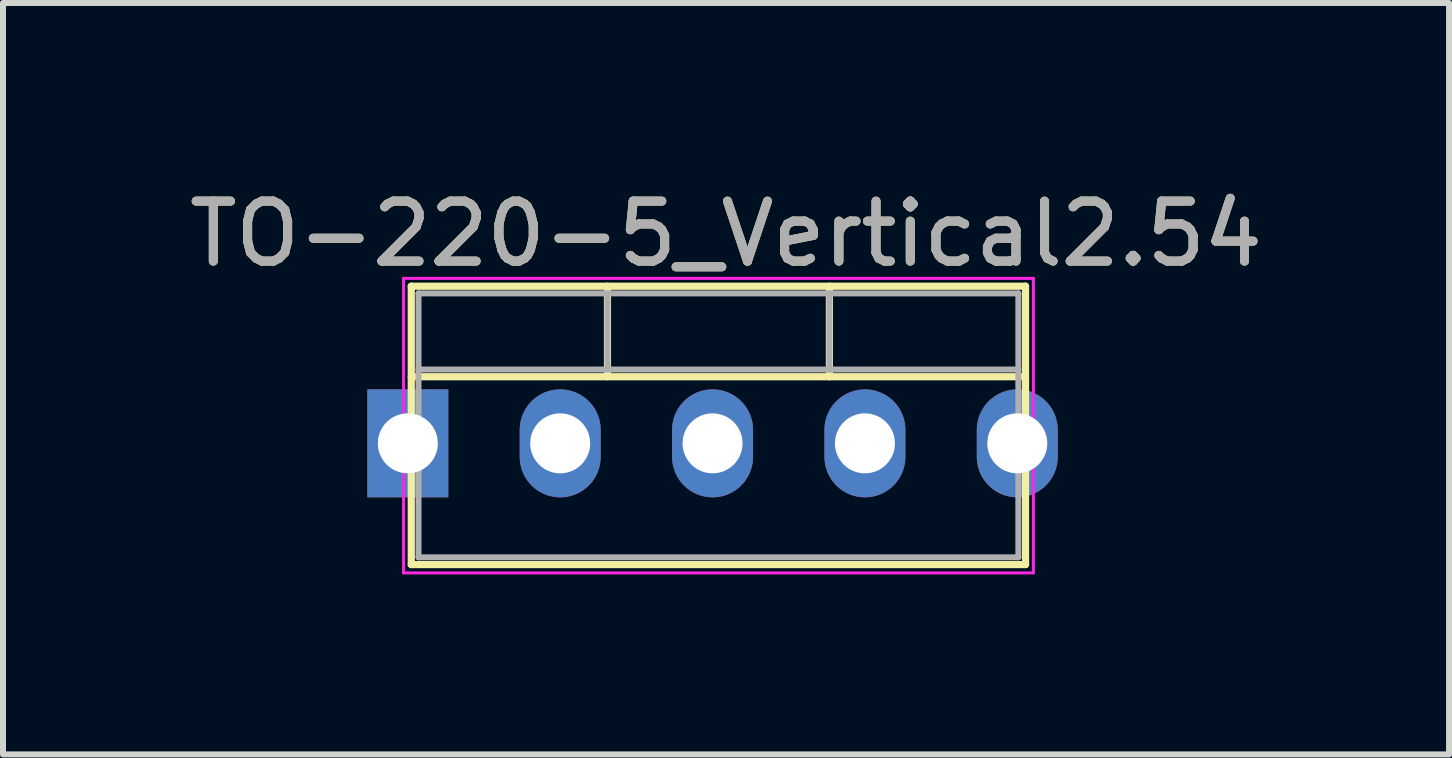
<source format=kicad_pcb>
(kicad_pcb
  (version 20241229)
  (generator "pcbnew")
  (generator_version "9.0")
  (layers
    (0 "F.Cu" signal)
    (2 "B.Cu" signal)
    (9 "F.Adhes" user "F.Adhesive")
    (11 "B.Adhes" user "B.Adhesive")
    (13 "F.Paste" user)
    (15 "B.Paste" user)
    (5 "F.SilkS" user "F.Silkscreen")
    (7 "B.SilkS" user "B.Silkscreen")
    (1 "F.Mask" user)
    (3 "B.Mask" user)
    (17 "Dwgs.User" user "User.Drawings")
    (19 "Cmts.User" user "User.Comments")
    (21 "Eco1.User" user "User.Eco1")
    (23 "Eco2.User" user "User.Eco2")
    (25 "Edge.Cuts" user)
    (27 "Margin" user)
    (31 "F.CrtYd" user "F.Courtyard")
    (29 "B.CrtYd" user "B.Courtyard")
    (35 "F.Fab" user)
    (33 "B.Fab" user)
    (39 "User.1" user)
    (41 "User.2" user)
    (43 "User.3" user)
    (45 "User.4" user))
  (footprint "TO-220-5_Vertical2.54"
    (layer "F.Cu")
    (at 8.829 4.341)
    (property "Reference" "TO-220-5_Vertical2.54" (at 0.225 -3.493 0) (layer "F.SilkS") (effects (font (size 1 1) (thickness 0.15))))
    (attr through_hole)
    (fp_line (start -5.023 -2.62) (end -5.023 2.021) (stroke (width 0.12) (type solid)) (layer "F.SilkS"))
    (fp_line (start -5.023 -2.62) (end 5.218 -2.62) (stroke (width 0.12) (type solid)) (layer "F.SilkS"))
    (fp_line (start -5.023 -1.11) (end 5.218 -1.11) (stroke (width 0.12) (type solid)) (layer "F.SilkS"))
    (fp_line (start -5.023 2.021) (end 5.218 2.021) (stroke (width 0.12) (type solid)) (layer "F.SilkS"))
    (fp_line (start -1.752 -2.62) (end -1.752 -1.11) (stroke (width 0.12) (type solid)) (layer "F.SilkS"))
    (fp_line (start 1.948 -2.62) (end 1.948 -1.11) (stroke (width 0.12) (type solid)) (layer "F.SilkS"))
    (fp_line (start 5.218 -2.62) (end 5.218 2.021) (stroke (width 0.12) (type solid)) (layer "F.SilkS"))
    (fp_line (start -5.152 -2.75) (end -5.152 2.16) (stroke (width 0.05) (type solid)) (layer "F.CrtYd"))
    (fp_line (start -5.152 2.16) (end 5.348 2.16) (stroke (width 0.05) (type solid)) (layer "F.CrtYd"))
    (fp_line (start 5.348 -2.75) (end -5.152 -2.75) (stroke (width 0.05) (type solid)) (layer "F.CrtYd"))
    (fp_line (start 5.348 2.16) (end 5.348 -2.75) (stroke (width 0.05) (type solid)) (layer "F.CrtYd"))
    (fp_line (start -4.902 -2.5) (end -4.902 1.9) (stroke (width 0.1) (type solid)) (layer "F.Fab"))
    (fp_line (start -4.902 -1.23) (end 5.098 -1.23) (stroke (width 0.1) (type solid)) (layer "F.Fab"))
    (fp_line (start -4.902 1.9) (end 5.098 1.9) (stroke (width 0.1) (type solid)) (layer "F.Fab"))
    (fp_line (start -1.752 -2.5) (end -1.752 -1.23) (stroke (width 0.1) (type solid)) (layer "F.Fab"))
    (fp_line (start 1.948 -2.5) (end 1.948 -1.23) (stroke (width 0.1) (type solid)) (layer "F.Fab"))
    (fp_line (start 5.098 -2.5) (end -4.902 -2.5) (stroke (width 0.1) (type solid)) (layer "F.Fab"))
    (fp_line (start 5.098 1.9) (end 5.098 -2.5) (stroke (width 0.1) (type solid)) (layer "F.Fab"))
    (fp_text user "${REFERENCE}" (at 0.225 -3.493 0) (layer "F.Fab") (effects (font (size 1 1) (thickness 0.15))))
    (pad "1" thru_hole rect (at -5.08 0) (size 1.35 1.8) (drill 1) (layers "*.Cu" "*.Mask"))
    (pad "2" thru_hole oval (at -2.54 0) (size 1.35 1.8) (drill 1) (layers "*.Cu" "*.Mask"))
    (pad "3" thru_hole oval (at 0 0) (size 1.35 1.8) (drill 1) (layers "*.Cu" "*.Mask"))
    (pad "4" thru_hole oval (at 2.54 0) (size 1.35 1.8) (drill 1) (layers "*.Cu" "*.Mask"))
    (pad "5" thru_hole oval (at 5.08 0) (size 1.35 1.8) (drill 1) (layers "*.Cu" "*.Mask")))
  (gr_rect
    (start -3 -3)
    (end 21.107 9.526)
    (stroke (width 0.1) (type default))
    (fill no)
    (layer "Edge.Cuts")))
</source>
